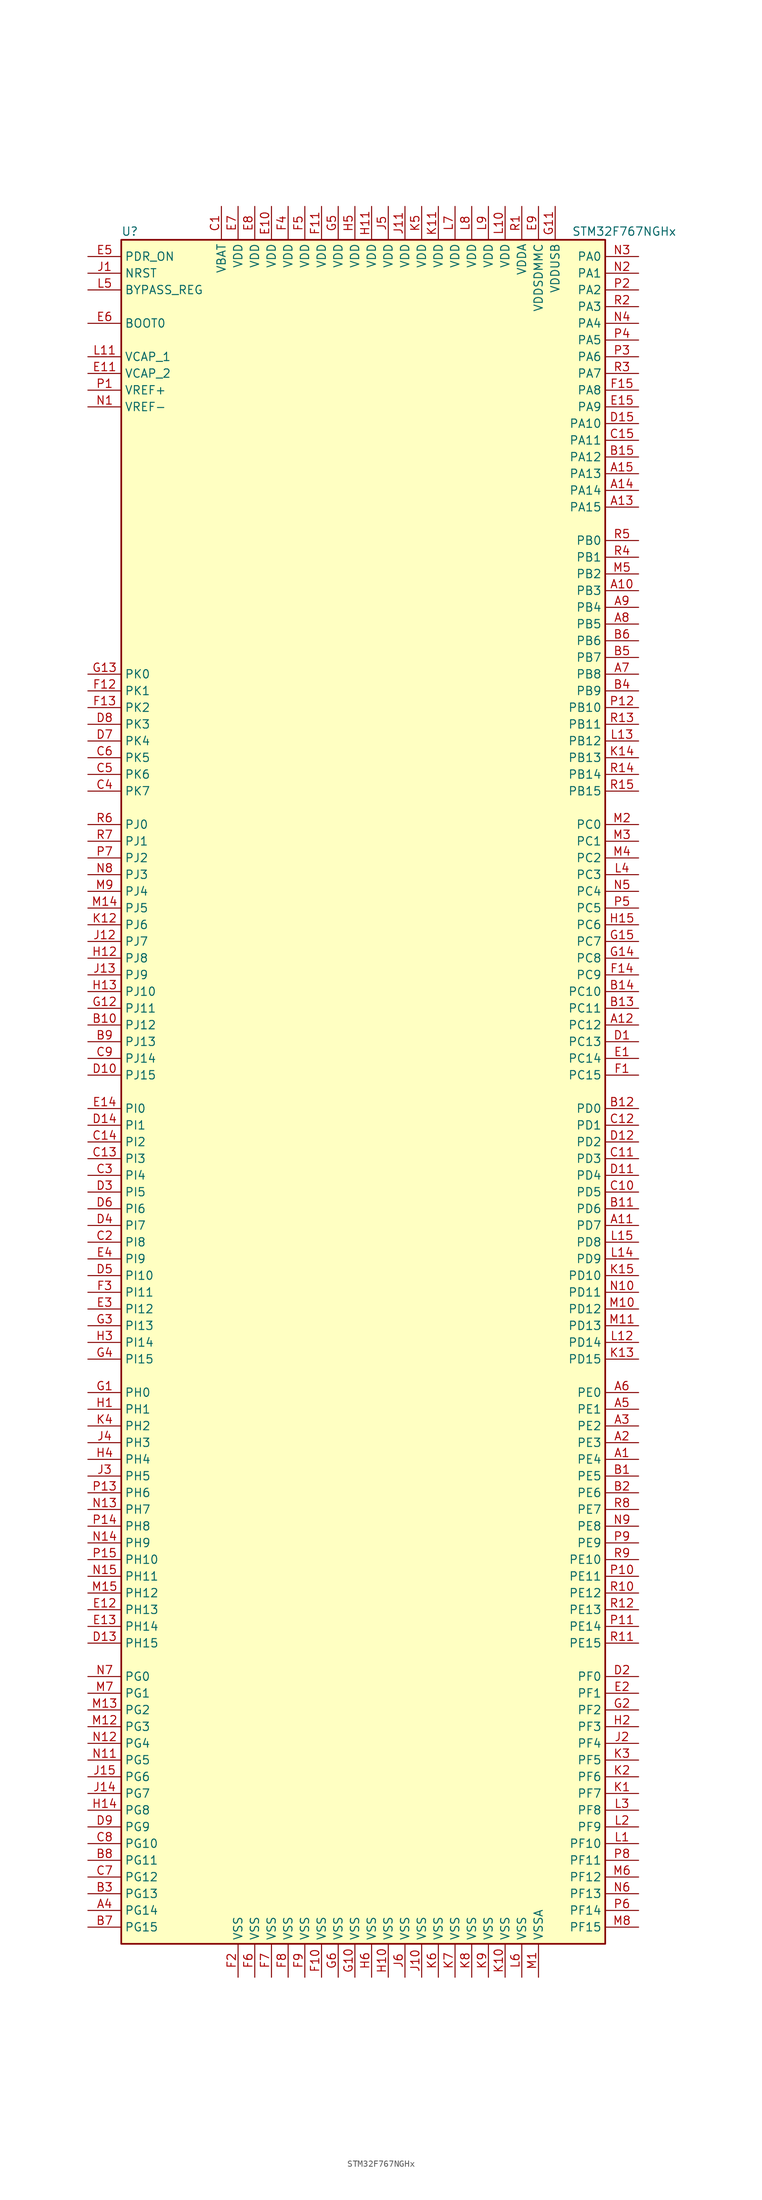
<source format=kicad_sym>
(kicad_symbol_lib
  (version 20211014)
  (generator kicad_symbol_editor)
  (symbol "STM32F767NGHx"
    (property "Reference" "U"
      (at -38.1 130.81 0)
      (effects (font (size 1.27 1.27)) (justify left)))
    (property "Value" "STM32F767NGHx"
      (at 30.48 130.81 0)
      (effects (font (size 1.27 1.27)) (justify left)))
    (symbol "STM32F767NGHx_0_1"
      (rectangle (start -38.1 -129.54) (end 35.56 129.54) (stroke (width 0.254) (type default) (color 0 0 0 0)) (fill (type background))))
    (symbol "STM32F767NGHx_1_1"
      (pin bidirectional line (at 40.64 -55.88 180) (length 5.08) (name "PE4" (effects (font (size 1.27 1.27)))) (number "A1" (effects (font (size 1.27 1.27)))))
      (pin bidirectional line (at 40.64 76.2 180) (length 5.08) (name "PB3" (effects (font (size 1.27 1.27)))) (number "A10" (effects (font (size 1.27 1.27)))))
      (pin bidirectional line (at 40.64 -20.32 180) (length 5.08) (name "PD7" (effects (font (size 1.27 1.27)))) (number "A11" (effects (font (size 1.27 1.27)))))
      (pin bidirectional line (at 40.64 10.16 180) (length 5.08) (name "PC12" (effects (font (size 1.27 1.27)))) (number "A12" (effects (font (size 1.27 1.27)))))
      (pin bidirectional line (at 40.64 88.9 180) (length 5.08) (name "PA15" (effects (font (size 1.27 1.27)))) (number "A13" (effects (font (size 1.27 1.27)))))
      (pin bidirectional line (at 40.64 91.44 180) (length 5.08) (name "PA14" (effects (font (size 1.27 1.27)))) (number "A14" (effects (font (size 1.27 1.27)))))
      (pin bidirectional line (at 40.64 93.98 180) (length 5.08) (name "PA13" (effects (font (size 1.27 1.27)))) (number "A15" (effects (font (size 1.27 1.27)))))
      (pin bidirectional line (at 40.64 -53.34 180) (length 5.08) (name "PE3" (effects (font (size 1.27 1.27)))) (number "A2" (effects (font (size 1.27 1.27)))))
      (pin bidirectional line (at 40.64 -50.8 180) (length 5.08) (name "PE2" (effects (font (size 1.27 1.27)))) (number "A3" (effects (font (size 1.27 1.27)))))
      (pin bidirectional line (at -43.18 -124.46 0) (length 5.08) (name "PG14" (effects (font (size 1.27 1.27)))) (number "A4" (effects (font (size 1.27 1.27)))))
      (pin bidirectional line (at 40.64 -48.26 180) (length 5.08) (name "PE1" (effects (font (size 1.27 1.27)))) (number "A5" (effects (font (size 1.27 1.27)))))
      (pin bidirectional line (at 40.64 -45.72 180) (length 5.08) (name "PE0" (effects (font (size 1.27 1.27)))) (number "A6" (effects (font (size 1.27 1.27)))))
      (pin bidirectional line (at 40.64 63.5 180) (length 5.08) (name "PB8" (effects (font (size 1.27 1.27)))) (number "A7" (effects (font (size 1.27 1.27)))))
      (pin bidirectional line (at 40.64 71.12 180) (length 5.08) (name "PB5" (effects (font (size 1.27 1.27)))) (number "A8" (effects (font (size 1.27 1.27)))))
      (pin bidirectional line (at 40.64 73.66 180) (length 5.08) (name "PB4" (effects (font (size 1.27 1.27)))) (number "A9" (effects (font (size 1.27 1.27)))))
      (pin bidirectional line (at 40.64 -58.42 180) (length 5.08) (name "PE5" (effects (font (size 1.27 1.27)))) (number "B1" (effects (font (size 1.27 1.27)))))
      (pin bidirectional line (at -43.18 10.16 0) (length 5.08) (name "PJ12" (effects (font (size 1.27 1.27)))) (number "B10" (effects (font (size 1.27 1.27)))))
      (pin bidirectional line (at 40.64 -17.78 180) (length 5.08) (name "PD6" (effects (font (size 1.27 1.27)))) (number "B11" (effects (font (size 1.27 1.27)))))
      (pin bidirectional line (at 40.64 -2.54 180) (length 5.08) (name "PD0" (effects (font (size 1.27 1.27)))) (number "B12" (effects (font (size 1.27 1.27)))))
      (pin bidirectional line (at 40.64 12.7 180) (length 5.08) (name "PC11" (effects (font (size 1.27 1.27)))) (number "B13" (effects (font (size 1.27 1.27)))))
      (pin bidirectional line (at 40.64 15.24 180) (length 5.08) (name "PC10" (effects (font (size 1.27 1.27)))) (number "B14" (effects (font (size 1.27 1.27)))))
      (pin bidirectional line (at 40.64 96.52 180) (length 5.08) (name "PA12" (effects (font (size 1.27 1.27)))) (number "B15" (effects (font (size 1.27 1.27)))))
      (pin bidirectional line (at 40.64 -60.96 180) (length 5.08) (name "PE6" (effects (font (size 1.27 1.27)))) (number "B2" (effects (font (size 1.27 1.27)))))
      (pin bidirectional line (at -43.18 -121.92 0) (length 5.08) (name "PG13" (effects (font (size 1.27 1.27)))) (number "B3" (effects (font (size 1.27 1.27)))))
      (pin bidirectional line (at 40.64 60.96 180) (length 5.08) (name "PB9" (effects (font (size 1.27 1.27)))) (number "B4" (effects (font (size 1.27 1.27)))))
      (pin bidirectional line (at 40.64 66.04 180) (length 5.08) (name "PB7" (effects (font (size 1.27 1.27)))) (number "B5" (effects (font (size 1.27 1.27)))))
      (pin bidirectional line (at 40.64 68.58 180) (length 5.08) (name "PB6" (effects (font (size 1.27 1.27)))) (number "B6" (effects (font (size 1.27 1.27)))))
      (pin bidirectional line (at -43.18 -127 0) (length 5.08) (name "PG15" (effects (font (size 1.27 1.27)))) (number "B7" (effects (font (size 1.27 1.27)))))
      (pin bidirectional line (at -43.18 -116.84 0) (length 5.08) (name "PG11" (effects (font (size 1.27 1.27)))) (number "B8" (effects (font (size 1.27 1.27)))))
      (pin bidirectional line (at -43.18 7.62 0) (length 5.08) (name "PJ13" (effects (font (size 1.27 1.27)))) (number "B9" (effects (font (size 1.27 1.27)))))
      (pin power_in line (at -22.86 134.62 270) (length 5.08) (name "VBAT" (effects (font (size 1.27 1.27)))) (number "C1" (effects (font (size 1.27 1.27)))))
      (pin bidirectional line (at 40.64 -15.24 180) (length 5.08) (name "PD5" (effects (font (size 1.27 1.27)))) (number "C10" (effects (font (size 1.27 1.27)))))
      (pin bidirectional line (at 40.64 -10.16 180) (length 5.08) (name "PD3" (effects (font (size 1.27 1.27)))) (number "C11" (effects (font (size 1.27 1.27)))))
      (pin bidirectional line (at 40.64 -5.08 180) (length 5.08) (name "PD1" (effects (font (size 1.27 1.27)))) (number "C12" (effects (font (size 1.27 1.27)))))
      (pin bidirectional line (at -43.18 -10.16 0) (length 5.08) (name "PI3" (effects (font (size 1.27 1.27)))) (number "C13" (effects (font (size 1.27 1.27)))))
      (pin bidirectional line (at -43.18 -7.62 0) (length 5.08) (name "PI2" (effects (font (size 1.27 1.27)))) (number "C14" (effects (font (size 1.27 1.27)))))
      (pin bidirectional line (at 40.64 99.06 180) (length 5.08) (name "PA11" (effects (font (size 1.27 1.27)))) (number "C15" (effects (font (size 1.27 1.27)))))
      (pin bidirectional line (at -43.18 -22.86 0) (length 5.08) (name "PI8" (effects (font (size 1.27 1.27)))) (number "C2" (effects (font (size 1.27 1.27)))))
      (pin bidirectional line (at -43.18 -12.7 0) (length 5.08) (name "PI4" (effects (font (size 1.27 1.27)))) (number "C3" (effects (font (size 1.27 1.27)))))
      (pin bidirectional line (at -43.18 45.72 0) (length 5.08) (name "PK7" (effects (font (size 1.27 1.27)))) (number "C4" (effects (font (size 1.27 1.27)))))
      (pin bidirectional line (at -43.18 48.26 0) (length 5.08) (name "PK6" (effects (font (size 1.27 1.27)))) (number "C5" (effects (font (size 1.27 1.27)))))
      (pin bidirectional line (at -43.18 50.8 0) (length 5.08) (name "PK5" (effects (font (size 1.27 1.27)))) (number "C6" (effects (font (size 1.27 1.27)))))
      (pin bidirectional line (at -43.18 -119.38 0) (length 5.08) (name "PG12" (effects (font (size 1.27 1.27)))) (number "C7" (effects (font (size 1.27 1.27)))))
      (pin bidirectional line (at -43.18 -114.3 0) (length 5.08) (name "PG10" (effects (font (size 1.27 1.27)))) (number "C8" (effects (font (size 1.27 1.27)))))
      (pin bidirectional line (at -43.18 5.08 0) (length 5.08) (name "PJ14" (effects (font (size 1.27 1.27)))) (number "C9" (effects (font (size 1.27 1.27)))))
      (pin bidirectional line (at 40.64 7.62 180) (length 5.08) (name "PC13" (effects (font (size 1.27 1.27)))) (number "D1" (effects (font (size 1.27 1.27)))))
      (pin bidirectional line (at -43.18 2.54 0) (length 5.08) (name "PJ15" (effects (font (size 1.27 1.27)))) (number "D10" (effects (font (size 1.27 1.27)))))
      (pin bidirectional line (at 40.64 -12.7 180) (length 5.08) (name "PD4" (effects (font (size 1.27 1.27)))) (number "D11" (effects (font (size 1.27 1.27)))))
      (pin bidirectional line (at 40.64 -7.62 180) (length 5.08) (name "PD2" (effects (font (size 1.27 1.27)))) (number "D12" (effects (font (size 1.27 1.27)))))
      (pin bidirectional line (at -43.18 -83.82 0) (length 5.08) (name "PH15" (effects (font (size 1.27 1.27)))) (number "D13" (effects (font (size 1.27 1.27)))))
      (pin bidirectional line (at -43.18 -5.08 0) (length 5.08) (name "PI1" (effects (font (size 1.27 1.27)))) (number "D14" (effects (font (size 1.27 1.27)))))
      (pin bidirectional line (at 40.64 101.6 180) (length 5.08) (name "PA10" (effects (font (size 1.27 1.27)))) (number "D15" (effects (font (size 1.27 1.27)))))
      (pin bidirectional line (at 40.64 -88.9 180) (length 5.08) (name "PF0" (effects (font (size 1.27 1.27)))) (number "D2" (effects (font (size 1.27 1.27)))))
      (pin bidirectional line (at -43.18 -15.24 0) (length 5.08) (name "PI5" (effects (font (size 1.27 1.27)))) (number "D3" (effects (font (size 1.27 1.27)))))
      (pin bidirectional line (at -43.18 -20.32 0) (length 5.08) (name "PI7" (effects (font (size 1.27 1.27)))) (number "D4" (effects (font (size 1.27 1.27)))))
      (pin bidirectional line (at -43.18 -27.94 0) (length 5.08) (name "PI10" (effects (font (size 1.27 1.27)))) (number "D5" (effects (font (size 1.27 1.27)))))
      (pin bidirectional line (at -43.18 -17.78 0) (length 5.08) (name "PI6" (effects (font (size 1.27 1.27)))) (number "D6" (effects (font (size 1.27 1.27)))))
      (pin bidirectional line (at -43.18 53.34 0) (length 5.08) (name "PK4" (effects (font (size 1.27 1.27)))) (number "D7" (effects (font (size 1.27 1.27)))))
      (pin bidirectional line (at -43.18 55.88 0) (length 5.08) (name "PK3" (effects (font (size 1.27 1.27)))) (number "D8" (effects (font (size 1.27 1.27)))))
      (pin bidirectional line (at -43.18 -111.76 0) (length 5.08) (name "PG9" (effects (font (size 1.27 1.27)))) (number "D9" (effects (font (size 1.27 1.27)))))
      (pin bidirectional line (at 40.64 5.08 180) (length 5.08) (name "PC14" (effects (font (size 1.27 1.27)))) (number "E1" (effects (font (size 1.27 1.27)))))
      (pin power_in line (at -15.24 134.62 270) (length 5.08) (name "VDD" (effects (font (size 1.27 1.27)))) (number "E10" (effects (font (size 1.27 1.27)))))
      (pin power_in line (at -43.18 109.22 0) (length 5.08) (name "VCAP_2" (effects (font (size 1.27 1.27)))) (number "E11" (effects (font (size 1.27 1.27)))))
      (pin bidirectional line (at -43.18 -78.74 0) (length 5.08) (name "PH13" (effects (font (size 1.27 1.27)))) (number "E12" (effects (font (size 1.27 1.27)))))
      (pin bidirectional line (at -43.18 -81.28 0) (length 5.08) (name "PH14" (effects (font (size 1.27 1.27)))) (number "E13" (effects (font (size 1.27 1.27)))))
      (pin bidirectional line (at -43.18 -2.54 0) (length 5.08) (name "PI0" (effects (font (size 1.27 1.27)))) (number "E14" (effects (font (size 1.27 1.27)))))
      (pin bidirectional line (at 40.64 104.14 180) (length 5.08) (name "PA9" (effects (font (size 1.27 1.27)))) (number "E15" (effects (font (size 1.27 1.27)))))
      (pin bidirectional line (at 40.64 -91.44 180) (length 5.08) (name "PF1" (effects (font (size 1.27 1.27)))) (number "E2" (effects (font (size 1.27 1.27)))))
      (pin bidirectional line (at -43.18 -33.02 0) (length 5.08) (name "PI12" (effects (font (size 1.27 1.27)))) (number "E3" (effects (font (size 1.27 1.27)))))
      (pin bidirectional line (at -43.18 -25.4 0) (length 5.08) (name "PI9" (effects (font (size 1.27 1.27)))) (number "E4" (effects (font (size 1.27 1.27)))))
      (pin input line (at -43.18 127 0) (length 5.08) (name "PDR_ON" (effects (font (size 1.27 1.27)))) (number "E5" (effects (font (size 1.27 1.27)))))
      (pin input line (at -43.18 116.84 0) (length 5.08) (name "BOOT0" (effects (font (size 1.27 1.27)))) (number "E6" (effects (font (size 1.27 1.27)))))
      (pin power_in line (at -20.32 134.62 270) (length 5.08) (name "VDD" (effects (font (size 1.27 1.27)))) (number "E7" (effects (font (size 1.27 1.27)))))
      (pin power_in line (at -17.78 134.62 270) (length 5.08) (name "VDD" (effects (font (size 1.27 1.27)))) (number "E8" (effects (font (size 1.27 1.27)))))
      (pin power_in line (at 25.4 134.62 270) (length 5.08) (name "VDDSDMMC" (effects (font (size 1.27 1.27)))) (number "E9" (effects (font (size 1.27 1.27)))))
      (pin bidirectional line (at 40.64 2.54 180) (length 5.08) (name "PC15" (effects (font (size 1.27 1.27)))) (number "F1" (effects (font (size 1.27 1.27)))))
      (pin power_in line (at -7.62 -134.62 90) (length 5.08) (name "VSS" (effects (font (size 1.27 1.27)))) (number "F10" (effects (font (size 1.27 1.27)))))
      (pin power_in line (at -7.62 134.62 270) (length 5.08) (name "VDD" (effects (font (size 1.27 1.27)))) (number "F11" (effects (font (size 1.27 1.27)))))
      (pin bidirectional line (at -43.18 60.96 0) (length 5.08) (name "PK1" (effects (font (size 1.27 1.27)))) (number "F12" (effects (font (size 1.27 1.27)))))
      (pin bidirectional line (at -43.18 58.42 0) (length 5.08) (name "PK2" (effects (font (size 1.27 1.27)))) (number "F13" (effects (font (size 1.27 1.27)))))
      (pin bidirectional line (at 40.64 17.78 180) (length 5.08) (name "PC9" (effects (font (size 1.27 1.27)))) (number "F14" (effects (font (size 1.27 1.27)))))
      (pin bidirectional line (at 40.64 106.68 180) (length 5.08) (name "PA8" (effects (font (size 1.27 1.27)))) (number "F15" (effects (font (size 1.27 1.27)))))
      (pin power_in line (at -20.32 -134.62 90) (length 5.08) (name "VSS" (effects (font (size 1.27 1.27)))) (number "F2" (effects (font (size 1.27 1.27)))))
      (pin bidirectional line (at -43.18 -30.48 0) (length 5.08) (name "PI11" (effects (font (size 1.27 1.27)))) (number "F3" (effects (font (size 1.27 1.27)))))
      (pin power_in line (at -12.7 134.62 270) (length 5.08) (name "VDD" (effects (font (size 1.27 1.27)))) (number "F4" (effects (font (size 1.27 1.27)))))
      (pin power_in line (at -10.16 134.62 270) (length 5.08) (name "VDD" (effects (font (size 1.27 1.27)))) (number "F5" (effects (font (size 1.27 1.27)))))
      (pin power_in line (at -17.78 -134.62 90) (length 5.08) (name "VSS" (effects (font (size 1.27 1.27)))) (number "F6" (effects (font (size 1.27 1.27)))))
      (pin power_in line (at -15.24 -134.62 90) (length 5.08) (name "VSS" (effects (font (size 1.27 1.27)))) (number "F7" (effects (font (size 1.27 1.27)))))
      (pin power_in line (at -12.7 -134.62 90) (length 5.08) (name "VSS" (effects (font (size 1.27 1.27)))) (number "F8" (effects (font (size 1.27 1.27)))))
      (pin power_in line (at -10.16 -134.62 90) (length 5.08) (name "VSS" (effects (font (size 1.27 1.27)))) (number "F9" (effects (font (size 1.27 1.27)))))
      (pin input line (at -43.18 -45.72 0) (length 5.08) (name "PH0" (effects (font (size 1.27 1.27)))) (number "G1" (effects (font (size 1.27 1.27)))))
      (pin power_in line (at -2.54 -134.62 90) (length 5.08) (name "VSS" (effects (font (size 1.27 1.27)))) (number "G10" (effects (font (size 1.27 1.27)))))
      (pin power_in line (at 27.94 134.62 270) (length 5.08) (name "VDDUSB" (effects (font (size 1.27 1.27)))) (number "G11" (effects (font (size 1.27 1.27)))))
      (pin bidirectional line (at -43.18 12.7 0) (length 5.08) (name "PJ11" (effects (font (size 1.27 1.27)))) (number "G12" (effects (font (size 1.27 1.27)))))
      (pin bidirectional line (at -43.18 63.5 0) (length 5.08) (name "PK0" (effects (font (size 1.27 1.27)))) (number "G13" (effects (font (size 1.27 1.27)))))
      (pin bidirectional line (at 40.64 20.32 180) (length 5.08) (name "PC8" (effects (font (size 1.27 1.27)))) (number "G14" (effects (font (size 1.27 1.27)))))
      (pin bidirectional line (at 40.64 22.86 180) (length 5.08) (name "PC7" (effects (font (size 1.27 1.27)))) (number "G15" (effects (font (size 1.27 1.27)))))
      (pin bidirectional line (at 40.64 -93.98 180) (length 5.08) (name "PF2" (effects (font (size 1.27 1.27)))) (number "G2" (effects (font (size 1.27 1.27)))))
      (pin bidirectional line (at -43.18 -35.56 0) (length 5.08) (name "PI13" (effects (font (size 1.27 1.27)))) (number "G3" (effects (font (size 1.27 1.27)))))
      (pin bidirectional line (at -43.18 -40.64 0) (length 5.08) (name "PI15" (effects (font (size 1.27 1.27)))) (number "G4" (effects (font (size 1.27 1.27)))))
      (pin power_in line (at -5.08 134.62 270) (length 5.08) (name "VDD" (effects (font (size 1.27 1.27)))) (number "G5" (effects (font (size 1.27 1.27)))))
      (pin power_in line (at -5.08 -134.62 90) (length 5.08) (name "VSS" (effects (font (size 1.27 1.27)))) (number "G6" (effects (font (size 1.27 1.27)))))
      (pin input line (at -43.18 -48.26 0) (length 5.08) (name "PH1" (effects (font (size 1.27 1.27)))) (number "H1" (effects (font (size 1.27 1.27)))))
      (pin power_in line (at 2.54 -134.62 90) (length 5.08) (name "VSS" (effects (font (size 1.27 1.27)))) (number "H10" (effects (font (size 1.27 1.27)))))
      (pin power_in line (at 0 134.62 270) (length 5.08) (name "VDD" (effects (font (size 1.27 1.27)))) (number "H11" (effects (font (size 1.27 1.27)))))
      (pin bidirectional line (at -43.18 20.32 0) (length 5.08) (name "PJ8" (effects (font (size 1.27 1.27)))) (number "H12" (effects (font (size 1.27 1.27)))))
      (pin bidirectional line (at -43.18 15.24 0) (length 5.08) (name "PJ10" (effects (font (size 1.27 1.27)))) (number "H13" (effects (font (size 1.27 1.27)))))
      (pin bidirectional line (at -43.18 -109.22 0) (length 5.08) (name "PG8" (effects (font (size 1.27 1.27)))) (number "H14" (effects (font (size 1.27 1.27)))))
      (pin bidirectional line (at 40.64 25.4 180) (length 5.08) (name "PC6" (effects (font (size 1.27 1.27)))) (number "H15" (effects (font (size 1.27 1.27)))))
      (pin bidirectional line (at 40.64 -96.52 180) (length 5.08) (name "PF3" (effects (font (size 1.27 1.27)))) (number "H2" (effects (font (size 1.27 1.27)))))
      (pin bidirectional line (at -43.18 -38.1 0) (length 5.08) (name "PI14" (effects (font (size 1.27 1.27)))) (number "H3" (effects (font (size 1.27 1.27)))))
      (pin bidirectional line (at -43.18 -55.88 0) (length 5.08) (name "PH4" (effects (font (size 1.27 1.27)))) (number "H4" (effects (font (size 1.27 1.27)))))
      (pin power_in line (at -2.54 134.62 270) (length 5.08) (name "VDD" (effects (font (size 1.27 1.27)))) (number "H5" (effects (font (size 1.27 1.27)))))
      (pin power_in line (at 0 -134.62 90) (length 5.08) (name "VSS" (effects (font (size 1.27 1.27)))) (number "H6" (effects (font (size 1.27 1.27)))))
      (pin input line (at -43.18 124.46 0) (length 5.08) (name "NRST" (effects (font (size 1.27 1.27)))) (number "J1" (effects (font (size 1.27 1.27)))))
      (pin power_in line (at 7.62 -134.62 90) (length 5.08) (name "VSS" (effects (font (size 1.27 1.27)))) (number "J10" (effects (font (size 1.27 1.27)))))
      (pin power_in line (at 5.08 134.62 270) (length 5.08) (name "VDD" (effects (font (size 1.27 1.27)))) (number "J11" (effects (font (size 1.27 1.27)))))
      (pin bidirectional line (at -43.18 22.86 0) (length 5.08) (name "PJ7" (effects (font (size 1.27 1.27)))) (number "J12" (effects (font (size 1.27 1.27)))))
      (pin bidirectional line (at -43.18 17.78 0) (length 5.08) (name "PJ9" (effects (font (size 1.27 1.27)))) (number "J13" (effects (font (size 1.27 1.27)))))
      (pin bidirectional line (at -43.18 -106.68 0) (length 5.08) (name "PG7" (effects (font (size 1.27 1.27)))) (number "J14" (effects (font (size 1.27 1.27)))))
      (pin bidirectional line (at -43.18 -104.14 0) (length 5.08) (name "PG6" (effects (font (size 1.27 1.27)))) (number "J15" (effects (font (size 1.27 1.27)))))
      (pin bidirectional line (at 40.64 -99.06 180) (length 5.08) (name "PF4" (effects (font (size 1.27 1.27)))) (number "J2" (effects (font (size 1.27 1.27)))))
      (pin bidirectional line (at -43.18 -58.42 0) (length 5.08) (name "PH5" (effects (font (size 1.27 1.27)))) (number "J3" (effects (font (size 1.27 1.27)))))
      (pin bidirectional line (at -43.18 -53.34 0) (length 5.08) (name "PH3" (effects (font (size 1.27 1.27)))) (number "J4" (effects (font (size 1.27 1.27)))))
      (pin power_in line (at 2.54 134.62 270) (length 5.08) (name "VDD" (effects (font (size 1.27 1.27)))) (number "J5" (effects (font (size 1.27 1.27)))))
      (pin power_in line (at 5.08 -134.62 90) (length 5.08) (name "VSS" (effects (font (size 1.27 1.27)))) (number "J6" (effects (font (size 1.27 1.27)))))
      (pin bidirectional line (at 40.64 -106.68 180) (length 5.08) (name "PF7" (effects (font (size 1.27 1.27)))) (number "K1" (effects (font (size 1.27 1.27)))))
      (pin power_in line (at 20.32 -134.62 90) (length 5.08) (name "VSS" (effects (font (size 1.27 1.27)))) (number "K10" (effects (font (size 1.27 1.27)))))
      (pin power_in line (at 10.16 134.62 270) (length 5.08) (name "VDD" (effects (font (size 1.27 1.27)))) (number "K11" (effects (font (size 1.27 1.27)))))
      (pin bidirectional line (at -43.18 25.4 0) (length 5.08) (name "PJ6" (effects (font (size 1.27 1.27)))) (number "K12" (effects (font (size 1.27 1.27)))))
      (pin bidirectional line (at 40.64 -40.64 180) (length 5.08) (name "PD15" (effects (font (size 1.27 1.27)))) (number "K13" (effects (font (size 1.27 1.27)))))
      (pin bidirectional line (at 40.64 50.8 180) (length 5.08) (name "PB13" (effects (font (size 1.27 1.27)))) (number "K14" (effects (font (size 1.27 1.27)))))
      (pin bidirectional line (at 40.64 -27.94 180) (length 5.08) (name "PD10" (effects (font (size 1.27 1.27)))) (number "K15" (effects (font (size 1.27 1.27)))))
      (pin bidirectional line (at 40.64 -104.14 180) (length 5.08) (name "PF6" (effects (font (size 1.27 1.27)))) (number "K2" (effects (font (size 1.27 1.27)))))
      (pin bidirectional line (at 40.64 -101.6 180) (length 5.08) (name "PF5" (effects (font (size 1.27 1.27)))) (number "K3" (effects (font (size 1.27 1.27)))))
      (pin bidirectional line (at -43.18 -50.8 0) (length 5.08) (name "PH2" (effects (font (size 1.27 1.27)))) (number "K4" (effects (font (size 1.27 1.27)))))
      (pin power_in line (at 7.62 134.62 270) (length 5.08) (name "VDD" (effects (font (size 1.27 1.27)))) (number "K5" (effects (font (size 1.27 1.27)))))
      (pin power_in line (at 10.16 -134.62 90) (length 5.08) (name "VSS" (effects (font (size 1.27 1.27)))) (number "K6" (effects (font (size 1.27 1.27)))))
      (pin power_in line (at 12.7 -134.62 90) (length 5.08) (name "VSS" (effects (font (size 1.27 1.27)))) (number "K7" (effects (font (size 1.27 1.27)))))
      (pin power_in line (at 15.24 -134.62 90) (length 5.08) (name "VSS" (effects (font (size 1.27 1.27)))) (number "K8" (effects (font (size 1.27 1.27)))))
      (pin power_in line (at 17.78 -134.62 90) (length 5.08) (name "VSS" (effects (font (size 1.27 1.27)))) (number "K9" (effects (font (size 1.27 1.27)))))
      (pin bidirectional line (at 40.64 -114.3 180) (length 5.08) (name "PF10" (effects (font (size 1.27 1.27)))) (number "L1" (effects (font (size 1.27 1.27)))))
      (pin power_in line (at 20.32 134.62 270) (length 5.08) (name "VDD" (effects (font (size 1.27 1.27)))) (number "L10" (effects (font (size 1.27 1.27)))))
      (pin power_in line (at -43.18 111.76 0) (length 5.08) (name "VCAP_1" (effects (font (size 1.27 1.27)))) (number "L11" (effects (font (size 1.27 1.27)))))
      (pin bidirectional line (at 40.64 -38.1 180) (length 5.08) (name "PD14" (effects (font (size 1.27 1.27)))) (number "L12" (effects (font (size 1.27 1.27)))))
      (pin bidirectional line (at 40.64 53.34 180) (length 5.08) (name "PB12" (effects (font (size 1.27 1.27)))) (number "L13" (effects (font (size 1.27 1.27)))))
      (pin bidirectional line (at 40.64 -25.4 180) (length 5.08) (name "PD9" (effects (font (size 1.27 1.27)))) (number "L14" (effects (font (size 1.27 1.27)))))
      (pin bidirectional line (at 40.64 -22.86 180) (length 5.08) (name "PD8" (effects (font (size 1.27 1.27)))) (number "L15" (effects (font (size 1.27 1.27)))))
      (pin bidirectional line (at 40.64 -111.76 180) (length 5.08) (name "PF9" (effects (font (size 1.27 1.27)))) (number "L2" (effects (font (size 1.27 1.27)))))
      (pin bidirectional line (at 40.64 -109.22 180) (length 5.08) (name "PF8" (effects (font (size 1.27 1.27)))) (number "L3" (effects (font (size 1.27 1.27)))))
      (pin bidirectional line (at 40.64 33.02 180) (length 5.08) (name "PC3" (effects (font (size 1.27 1.27)))) (number "L4" (effects (font (size 1.27 1.27)))))
      (pin input line (at -43.18 121.92 0) (length 5.08) (name "BYPASS_REG" (effects (font (size 1.27 1.27)))) (number "L5" (effects (font (size 1.27 1.27)))))
      (pin power_in line (at 22.86 -134.62 90) (length 5.08) (name "VSS" (effects (font (size 1.27 1.27)))) (number "L6" (effects (font (size 1.27 1.27)))))
      (pin power_in line (at 12.7 134.62 270) (length 5.08) (name "VDD" (effects (font (size 1.27 1.27)))) (number "L7" (effects (font (size 1.27 1.27)))))
      (pin power_in line (at 15.24 134.62 270) (length 5.08) (name "VDD" (effects (font (size 1.27 1.27)))) (number "L8" (effects (font (size 1.27 1.27)))))
      (pin power_in line (at 17.78 134.62 270) (length 5.08) (name "VDD" (effects (font (size 1.27 1.27)))) (number "L9" (effects (font (size 1.27 1.27)))))
      (pin power_in line (at 25.4 -134.62 90) (length 5.08) (name "VSSA" (effects (font (size 1.27 1.27)))) (number "M1" (effects (font (size 1.27 1.27)))))
      (pin bidirectional line (at 40.64 -33.02 180) (length 5.08) (name "PD12" (effects (font (size 1.27 1.27)))) (number "M10" (effects (font (size 1.27 1.27)))))
      (pin bidirectional line (at 40.64 -35.56 180) (length 5.08) (name "PD13" (effects (font (size 1.27 1.27)))) (number "M11" (effects (font (size 1.27 1.27)))))
      (pin bidirectional line (at -43.18 -96.52 0) (length 5.08) (name "PG3" (effects (font (size 1.27 1.27)))) (number "M12" (effects (font (size 1.27 1.27)))))
      (pin bidirectional line (at -43.18 -93.98 0) (length 5.08) (name "PG2" (effects (font (size 1.27 1.27)))) (number "M13" (effects (font (size 1.27 1.27)))))
      (pin bidirectional line (at -43.18 27.94 0) (length 5.08) (name "PJ5" (effects (font (size 1.27 1.27)))) (number "M14" (effects (font (size 1.27 1.27)))))
      (pin bidirectional line (at -43.18 -76.2 0) (length 5.08) (name "PH12" (effects (font (size 1.27 1.27)))) (number "M15" (effects (font (size 1.27 1.27)))))
      (pin bidirectional line (at 40.64 40.64 180) (length 5.08) (name "PC0" (effects (font (size 1.27 1.27)))) (number "M2" (effects (font (size 1.27 1.27)))))
      (pin bidirectional line (at 40.64 38.1 180) (length 5.08) (name "PC1" (effects (font (size 1.27 1.27)))) (number "M3" (effects (font (size 1.27 1.27)))))
      (pin bidirectional line (at 40.64 35.56 180) (length 5.08) (name "PC2" (effects (font (size 1.27 1.27)))) (number "M4" (effects (font (size 1.27 1.27)))))
      (pin bidirectional line (at 40.64 78.74 180) (length 5.08) (name "PB2" (effects (font (size 1.27 1.27)))) (number "M5" (effects (font (size 1.27 1.27)))))
      (pin bidirectional line (at 40.64 -119.38 180) (length 5.08) (name "PF12" (effects (font (size 1.27 1.27)))) (number "M6" (effects (font (size 1.27 1.27)))))
      (pin bidirectional line (at -43.18 -91.44 0) (length 5.08) (name "PG1" (effects (font (size 1.27 1.27)))) (number "M7" (effects (font (size 1.27 1.27)))))
      (pin bidirectional line (at 40.64 -127 180) (length 5.08) (name "PF15" (effects (font (size 1.27 1.27)))) (number "M8" (effects (font (size 1.27 1.27)))))
      (pin bidirectional line (at -43.18 30.48 0) (length 5.08) (name "PJ4" (effects (font (size 1.27 1.27)))) (number "M9" (effects (font (size 1.27 1.27)))))
      (pin power_in line (at -43.18 104.14 0) (length 5.08) (name "VREF-" (effects (font (size 1.27 1.27)))) (number "N1" (effects (font (size 1.27 1.27)))))
      (pin bidirectional line (at 40.64 -30.48 180) (length 5.08) (name "PD11" (effects (font (size 1.27 1.27)))) (number "N10" (effects (font (size 1.27 1.27)))))
      (pin bidirectional line (at -43.18 -101.6 0) (length 5.08) (name "PG5" (effects (font (size 1.27 1.27)))) (number "N11" (effects (font (size 1.27 1.27)))))
      (pin bidirectional line (at -43.18 -99.06 0) (length 5.08) (name "PG4" (effects (font (size 1.27 1.27)))) (number "N12" (effects (font (size 1.27 1.27)))))
      (pin bidirectional line (at -43.18 -63.5 0) (length 5.08) (name "PH7" (effects (font (size 1.27 1.27)))) (number "N13" (effects (font (size 1.27 1.27)))))
      (pin bidirectional line (at -43.18 -68.58 0) (length 5.08) (name "PH9" (effects (font (size 1.27 1.27)))) (number "N14" (effects (font (size 1.27 1.27)))))
      (pin bidirectional line (at -43.18 -73.66 0) (length 5.08) (name "PH11" (effects (font (size 1.27 1.27)))) (number "N15" (effects (font (size 1.27 1.27)))))
      (pin bidirectional line (at 40.64 124.46 180) (length 5.08) (name "PA1" (effects (font (size 1.27 1.27)))) (number "N2" (effects (font (size 1.27 1.27)))))
      (pin bidirectional line (at 40.64 127 180) (length 5.08) (name "PA0" (effects (font (size 1.27 1.27)))) (number "N3" (effects (font (size 1.27 1.27)))))
      (pin bidirectional line (at 40.64 116.84 180) (length 5.08) (name "PA4" (effects (font (size 1.27 1.27)))) (number "N4" (effects (font (size 1.27 1.27)))))
      (pin bidirectional line (at 40.64 30.48 180) (length 5.08) (name "PC4" (effects (font (size 1.27 1.27)))) (number "N5" (effects (font (size 1.27 1.27)))))
      (pin bidirectional line (at 40.64 -121.92 180) (length 5.08) (name "PF13" (effects (font (size 1.27 1.27)))) (number "N6" (effects (font (size 1.27 1.27)))))
      (pin bidirectional line (at -43.18 -88.9 0) (length 5.08) (name "PG0" (effects (font (size 1.27 1.27)))) (number "N7" (effects (font (size 1.27 1.27)))))
      (pin bidirectional line (at -43.18 33.02 0) (length 5.08) (name "PJ3" (effects (font (size 1.27 1.27)))) (number "N8" (effects (font (size 1.27 1.27)))))
      (pin bidirectional line (at 40.64 -66.04 180) (length 5.08) (name "PE8" (effects (font (size 1.27 1.27)))) (number "N9" (effects (font (size 1.27 1.27)))))
      (pin power_in line (at -43.18 106.68 0) (length 5.08) (name "VREF+" (effects (font (size 1.27 1.27)))) (number "P1" (effects (font (size 1.27 1.27)))))
      (pin bidirectional line (at 40.64 -73.66 180) (length 5.08) (name "PE11" (effects (font (size 1.27 1.27)))) (number "P10" (effects (font (size 1.27 1.27)))))
      (pin bidirectional line (at 40.64 -81.28 180) (length 5.08) (name "PE14" (effects (font (size 1.27 1.27)))) (number "P11" (effects (font (size 1.27 1.27)))))
      (pin bidirectional line (at 40.64 58.42 180) (length 5.08) (name "PB10" (effects (font (size 1.27 1.27)))) (number "P12" (effects (font (size 1.27 1.27)))))
      (pin bidirectional line (at -43.18 -60.96 0) (length 5.08) (name "PH6" (effects (font (size 1.27 1.27)))) (number "P13" (effects (font (size 1.27 1.27)))))
      (pin bidirectional line (at -43.18 -66.04 0) (length 5.08) (name "PH8" (effects (font (size 1.27 1.27)))) (number "P14" (effects (font (size 1.27 1.27)))))
      (pin bidirectional line (at -43.18 -71.12 0) (length 5.08) (name "PH10" (effects (font (size 1.27 1.27)))) (number "P15" (effects (font (size 1.27 1.27)))))
      (pin bidirectional line (at 40.64 121.92 180) (length 5.08) (name "PA2" (effects (font (size 1.27 1.27)))) (number "P2" (effects (font (size 1.27 1.27)))))
      (pin bidirectional line (at 40.64 111.76 180) (length 5.08) (name "PA6" (effects (font (size 1.27 1.27)))) (number "P3" (effects (font (size 1.27 1.27)))))
      (pin bidirectional line (at 40.64 114.3 180) (length 5.08) (name "PA5" (effects (font (size 1.27 1.27)))) (number "P4" (effects (font (size 1.27 1.27)))))
      (pin bidirectional line (at 40.64 27.94 180) (length 5.08) (name "PC5" (effects (font (size 1.27 1.27)))) (number "P5" (effects (font (size 1.27 1.27)))))
      (pin bidirectional line (at 40.64 -124.46 180) (length 5.08) (name "PF14" (effects (font (size 1.27 1.27)))) (number "P6" (effects (font (size 1.27 1.27)))))
      (pin bidirectional line (at -43.18 35.56 0) (length 5.08) (name "PJ2" (effects (font (size 1.27 1.27)))) (number "P7" (effects (font (size 1.27 1.27)))))
      (pin bidirectional line (at 40.64 -116.84 180) (length 5.08) (name "PF11" (effects (font (size 1.27 1.27)))) (number "P8" (effects (font (size 1.27 1.27)))))
      (pin bidirectional line (at 40.64 -68.58 180) (length 5.08) (name "PE9" (effects (font (size 1.27 1.27)))) (number "P9" (effects (font (size 1.27 1.27)))))
      (pin power_in line (at 22.86 134.62 270) (length 5.08) (name "VDDA" (effects (font (size 1.27 1.27)))) (number "R1" (effects (font (size 1.27 1.27)))))
      (pin bidirectional line (at 40.64 -76.2 180) (length 5.08) (name "PE12" (effects (font (size 1.27 1.27)))) (number "R10" (effects (font (size 1.27 1.27)))))
      (pin bidirectional line (at 40.64 -83.82 180) (length 5.08) (name "PE15" (effects (font (size 1.27 1.27)))) (number "R11" (effects (font (size 1.27 1.27)))))
      (pin bidirectional line (at 40.64 -78.74 180) (length 5.08) (name "PE13" (effects (font (size 1.27 1.27)))) (number "R12" (effects (font (size 1.27 1.27)))))
      (pin bidirectional line (at 40.64 55.88 180) (length 5.08) (name "PB11" (effects (font (size 1.27 1.27)))) (number "R13" (effects (font (size 1.27 1.27)))))
      (pin bidirectional line (at 40.64 48.26 180) (length 5.08) (name "PB14" (effects (font (size 1.27 1.27)))) (number "R14" (effects (font (size 1.27 1.27)))))
      (pin bidirectional line (at 40.64 45.72 180) (length 5.08) (name "PB15" (effects (font (size 1.27 1.27)))) (number "R15" (effects (font (size 1.27 1.27)))))
      (pin bidirectional line (at 40.64 119.38 180) (length 5.08) (name "PA3" (effects (font (size 1.27 1.27)))) (number "R2" (effects (font (size 1.27 1.27)))))
      (pin bidirectional line (at 40.64 109.22 180) (length 5.08) (name "PA7" (effects (font (size 1.27 1.27)))) (number "R3" (effects (font (size 1.27 1.27)))))
      (pin bidirectional line (at 40.64 81.28 180) (length 5.08) (name "PB1" (effects (font (size 1.27 1.27)))) (number "R4" (effects (font (size 1.27 1.27)))))
      (pin bidirectional line (at 40.64 83.82 180) (length 5.08) (name "PB0" (effects (font (size 1.27 1.27)))) (number "R5" (effects (font (size 1.27 1.27)))))
      (pin bidirectional line (at -43.18 40.64 0) (length 5.08) (name "PJ0" (effects (font (size 1.27 1.27)))) (number "R6" (effects (font (size 1.27 1.27)))))
      (pin bidirectional line (at -43.18 38.1 0) (length 5.08) (name "PJ1" (effects (font (size 1.27 1.27)))) (number "R7" (effects (font (size 1.27 1.27)))))
      (pin bidirectional line (at 40.64 -63.5 180) (length 5.08) (name "PE7" (effects (font (size 1.27 1.27)))) (number "R8" (effects (font (size 1.27 1.27)))))
      (pin bidirectional line (at 40.64 -71.12 180) (length 5.08) (name "PE10" (effects (font (size 1.27 1.27)))) (number "R9" (effects (font (size 1.27 1.27))))))))
</source>
